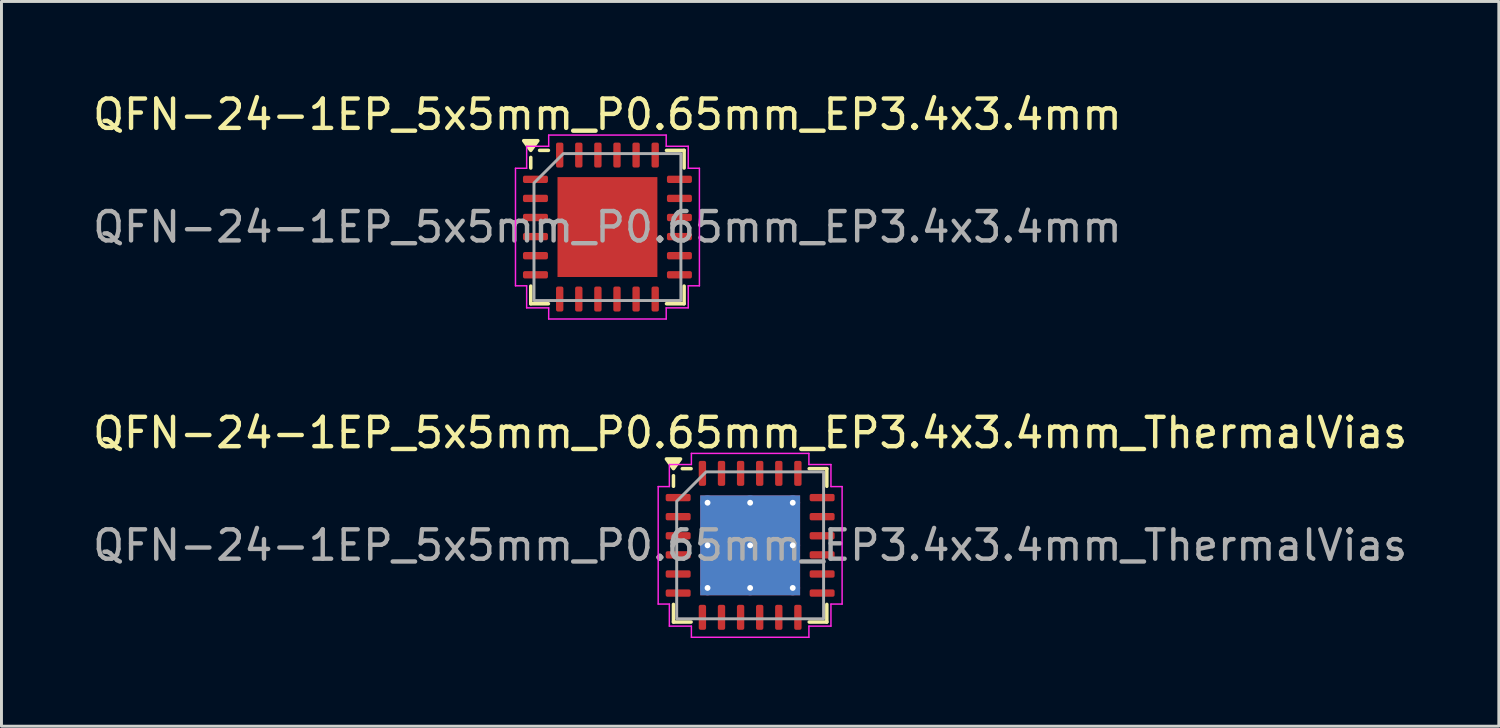
<source format=kicad_pcb>
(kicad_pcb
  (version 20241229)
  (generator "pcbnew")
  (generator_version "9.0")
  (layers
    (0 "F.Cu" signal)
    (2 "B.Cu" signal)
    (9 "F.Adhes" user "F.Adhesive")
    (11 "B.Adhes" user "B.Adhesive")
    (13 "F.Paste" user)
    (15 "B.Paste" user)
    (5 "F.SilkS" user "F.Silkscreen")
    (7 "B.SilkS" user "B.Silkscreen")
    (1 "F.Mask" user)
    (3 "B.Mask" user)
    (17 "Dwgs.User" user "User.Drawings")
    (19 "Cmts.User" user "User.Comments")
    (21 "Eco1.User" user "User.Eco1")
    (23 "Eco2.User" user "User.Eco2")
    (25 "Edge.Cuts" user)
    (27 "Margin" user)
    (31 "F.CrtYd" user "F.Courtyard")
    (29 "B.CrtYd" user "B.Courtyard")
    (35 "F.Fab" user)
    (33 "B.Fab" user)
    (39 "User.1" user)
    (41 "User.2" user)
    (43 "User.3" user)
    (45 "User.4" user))
  (footprint "QFN-24-1EP_5x5mm_P0.65mm_EP3.4x3.4mm"
    (layer "F.Cu")
    (at 17.625 4.678)
    (property "Reference" "QFN-24-1EP_5x5mm_P0.65mm_EP3.4x3.4mm" (at 0 -3.83 0) (layer "F.SilkS") (effects (font (size 1 1) (thickness 0.15))))
    (attr smd)
    (fp_line (start -2.61 -2.01) (end -2.61 -2.37) (stroke (width 0.12) (type solid)) (layer "F.SilkS"))
    (fp_line (start -2.61 2.61) (end -2.61 2.01) (stroke (width 0.12) (type solid)) (layer "F.SilkS"))
    (fp_line (start -2.01 -2.61) (end -2.31 -2.61) (stroke (width 0.12) (type solid)) (layer "F.SilkS"))
    (fp_line (start -2.01 2.61) (end -2.61 2.61) (stroke (width 0.12) (type solid)) (layer "F.SilkS"))
    (fp_line (start 2.01 -2.61) (end 2.61 -2.61) (stroke (width 0.12) (type solid)) (layer "F.SilkS"))
    (fp_line (start 2.01 2.61) (end 2.61 2.61) (stroke (width 0.12) (type solid)) (layer "F.SilkS"))
    (fp_line (start 2.61 -2.61) (end 2.61 -2.01) (stroke (width 0.12) (type solid)) (layer "F.SilkS"))
    (fp_line (start 2.61 2.61) (end 2.61 2.01) (stroke (width 0.12) (type solid)) (layer "F.SilkS"))
    (fp_poly (pts (xy -2.61 -2.61) (xy -2.85 -2.94) (xy -2.37 -2.94)) (stroke (width 0.12) (type solid)) (fill yes) (layer "F.SilkS"))
    (fp_line (start -3.13 -2) (end -2.75 -2) (stroke (width 0.05) (type solid)) (layer "F.CrtYd"))
    (fp_line (start -3.13 2) (end -3.13 -2) (stroke (width 0.05) (type solid)) (layer "F.CrtYd"))
    (fp_line (start -2.75 -2.75) (end -2 -2.75) (stroke (width 0.05) (type solid)) (layer "F.CrtYd"))
    (fp_line (start -2.75 -2) (end -2.75 -2.75) (stroke (width 0.05) (type solid)) (layer "F.CrtYd"))
    (fp_line (start -2.75 2) (end -3.13 2) (stroke (width 0.05) (type solid)) (layer "F.CrtYd"))
    (fp_line (start -2.75 2.75) (end -2.75 2) (stroke (width 0.05) (type solid)) (layer "F.CrtYd"))
    (fp_line (start -2 -3.13) (end 2 -3.13) (stroke (width 0.05) (type solid)) (layer "F.CrtYd"))
    (fp_line (start -2 -2.75) (end -2 -3.13) (stroke (width 0.05) (type solid)) (layer "F.CrtYd"))
    (fp_line (start -2 2.75) (end -2.75 2.75) (stroke (width 0.05) (type solid)) (layer "F.CrtYd"))
    (fp_line (start -2 3.13) (end -2 2.75) (stroke (width 0.05) (type solid)) (layer "F.CrtYd"))
    (fp_line (start 2 -3.13) (end 2 -2.75) (stroke (width 0.05) (type solid)) (layer "F.CrtYd"))
    (fp_line (start 2 -2.75) (end 2.75 -2.75) (stroke (width 0.05) (type solid)) (layer "F.CrtYd"))
    (fp_line (start 2 2.75) (end 2 3.13) (stroke (width 0.05) (type solid)) (layer "F.CrtYd"))
    (fp_line (start 2 3.13) (end -2 3.13) (stroke (width 0.05) (type solid)) (layer "F.CrtYd"))
    (fp_line (start 2.75 -2.75) (end 2.75 -2) (stroke (width 0.05) (type solid)) (layer "F.CrtYd"))
    (fp_line (start 2.75 -2) (end 3.13 -2) (stroke (width 0.05) (type solid)) (layer "F.CrtYd"))
    (fp_line (start 2.75 2) (end 2.75 2.75) (stroke (width 0.05) (type solid)) (layer "F.CrtYd"))
    (fp_line (start 2.75 2.75) (end 2 2.75) (stroke (width 0.05) (type solid)) (layer "F.CrtYd"))
    (fp_line (start 3.13 -2) (end 3.13 2) (stroke (width 0.05) (type solid)) (layer "F.CrtYd"))
    (fp_line (start 3.13 2) (end 2.75 2) (stroke (width 0.05) (type solid)) (layer "F.CrtYd"))
    (fp_poly (pts (xy -2.5 -1.5) (xy -2.5 2.5) (xy 2.5 2.5) (xy 2.5 -2.5) (xy -1.5 -2.5)) (stroke (width 0.1) (type solid)) (fill no) (layer "F.Fab"))
    (fp_text user "${REFERENCE}" (at 0 0 0) (layer "F.Fab") (effects (font (size 1 1) (thickness 0.15))))
    (pad "" smd roundrect (at -0.85 -0.85) (size 1.37 1.37) (layers "F.Paste") (roundrect_rratio 0.182))
    (pad "" smd roundrect (at -0.85 0.85) (size 1.37 1.37) (layers "F.Paste") (roundrect_rratio 0.182))
    (pad "" smd roundrect (at 0.85 -0.85) (size 1.37 1.37) (layers "F.Paste") (roundrect_rratio 0.182))
    (pad "" smd roundrect (at 0.85 0.85) (size 1.37 1.37) (layers "F.Paste") (roundrect_rratio 0.182))
    (pad "1" smd roundrect (at -2.45 -1.625) (size 0.85 0.25) (layers "F.Cu" "F.Mask" "F.Paste") (roundrect_rratio 0.25))
    (pad "2" smd roundrect (at -2.45 -0.975) (size 0.85 0.25) (layers "F.Cu" "F.Mask" "F.Paste") (roundrect_rratio 0.25))
    (pad "3" smd roundrect (at -2.45 -0.325) (size 0.85 0.25) (layers "F.Cu" "F.Mask" "F.Paste") (roundrect_rratio 0.25))
    (pad "4" smd roundrect (at -2.45 0.325) (size 0.85 0.25) (layers "F.Cu" "F.Mask" "F.Paste") (roundrect_rratio 0.25))
    (pad "5" smd roundrect (at -2.45 0.975) (size 0.85 0.25) (layers "F.Cu" "F.Mask" "F.Paste") (roundrect_rratio 0.25))
    (pad "6" smd roundrect (at -2.45 1.625) (size 0.85 0.25) (layers "F.Cu" "F.Mask" "F.Paste") (roundrect_rratio 0.25))
    (pad "7" smd roundrect (at -1.625 2.45) (size 0.25 0.85) (layers "F.Cu" "F.Mask" "F.Paste") (roundrect_rratio 0.25))
    (pad "8" smd roundrect (at -0.975 2.45) (size 0.25 0.85) (layers "F.Cu" "F.Mask" "F.Paste") (roundrect_rratio 0.25))
    (pad "9" smd roundrect (at -0.325 2.45) (size 0.25 0.85) (layers "F.Cu" "F.Mask" "F.Paste") (roundrect_rratio 0.25))
    (pad "10" smd roundrect (at 0.325 2.45) (size 0.25 0.85) (layers "F.Cu" "F.Mask" "F.Paste") (roundrect_rratio 0.25))
    (pad "11" smd roundrect (at 0.975 2.45) (size 0.25 0.85) (layers "F.Cu" "F.Mask" "F.Paste") (roundrect_rratio 0.25))
    (pad "12" smd roundrect (at 1.625 2.45) (size 0.25 0.85) (layers "F.Cu" "F.Mask" "F.Paste") (roundrect_rratio 0.25))
    (pad "13" smd roundrect (at 2.45 1.625) (size 0.85 0.25) (layers "F.Cu" "F.Mask" "F.Paste") (roundrect_rratio 0.25))
    (pad "14" smd roundrect (at 2.45 0.975) (size 0.85 0.25) (layers "F.Cu" "F.Mask" "F.Paste") (roundrect_rratio 0.25))
    (pad "15" smd roundrect (at 2.45 0.325) (size 0.85 0.25) (layers "F.Cu" "F.Mask" "F.Paste") (roundrect_rratio 0.25))
    (pad "16" smd roundrect (at 2.45 -0.325) (size 0.85 0.25) (layers "F.Cu" "F.Mask" "F.Paste") (roundrect_rratio 0.25))
    (pad "17" smd roundrect (at 2.45 -0.975) (size 0.85 0.25) (layers "F.Cu" "F.Mask" "F.Paste") (roundrect_rratio 0.25))
    (pad "18" smd roundrect (at 2.45 -1.625) (size 0.85 0.25) (layers "F.Cu" "F.Mask" "F.Paste") (roundrect_rratio 0.25))
    (pad "19" smd roundrect (at 1.625 -2.45) (size 0.25 0.85) (layers "F.Cu" "F.Mask" "F.Paste") (roundrect_rratio 0.25))
    (pad "20" smd roundrect (at 0.975 -2.45) (size 0.25 0.85) (layers "F.Cu" "F.Mask" "F.Paste") (roundrect_rratio 0.25))
    (pad "21" smd roundrect (at 0.325 -2.45) (size 0.25 0.85) (layers "F.Cu" "F.Mask" "F.Paste") (roundrect_rratio 0.25))
    (pad "22" smd roundrect (at -0.325 -2.45) (size 0.25 0.85) (layers "F.Cu" "F.Mask" "F.Paste") (roundrect_rratio 0.25))
    (pad "23" smd roundrect (at -0.975 -2.45) (size 0.25 0.85) (layers "F.Cu" "F.Mask" "F.Paste") (roundrect_rratio 0.25))
    (pad "24" smd roundrect (at -1.625 -2.45) (size 0.25 0.85) (layers "F.Cu" "F.Mask" "F.Paste") (roundrect_rratio 0.25))
    (pad "25" smd rect (at 0 0) (size 3.4 3.4) (property pad_prop_heatsink) (layers "F.Cu" "F.Mask")))
  (footprint "QFN-24-1EP_5x5mm_P0.65mm_EP3.4x3.4mm_ThermalVias"
    (layer "F.Cu")
    (at 22.482 15.511)
    (property "Reference" "QFN-24-1EP_5x5mm_P0.65mm_EP3.4x3.4mm_ThermalVias" (at 0 -3.83 0) (layer "F.SilkS") (effects (font (size 1 1) (thickness 0.15))))
    (attr smd)
    (fp_line (start -2.61 -2.01) (end -2.61 -2.37) (stroke (width 0.12) (type solid)) (layer "F.SilkS"))
    (fp_line (start -2.61 2.61) (end -2.61 2.01) (stroke (width 0.12) (type solid)) (layer "F.SilkS"))
    (fp_line (start -2.01 -2.61) (end -2.31 -2.61) (stroke (width 0.12) (type solid)) (layer "F.SilkS"))
    (fp_line (start -2.01 2.61) (end -2.61 2.61) (stroke (width 0.12) (type solid)) (layer "F.SilkS"))
    (fp_line (start 2.01 -2.61) (end 2.61 -2.61) (stroke (width 0.12) (type solid)) (layer "F.SilkS"))
    (fp_line (start 2.01 2.61) (end 2.61 2.61) (stroke (width 0.12) (type solid)) (layer "F.SilkS"))
    (fp_line (start 2.61 -2.61) (end 2.61 -2.01) (stroke (width 0.12) (type solid)) (layer "F.SilkS"))
    (fp_line (start 2.61 2.61) (end 2.61 2.01) (stroke (width 0.12) (type solid)) (layer "F.SilkS"))
    (fp_poly (pts (xy -2.61 -2.61) (xy -2.85 -2.94) (xy -2.37 -2.94)) (stroke (width 0.12) (type solid)) (fill yes) (layer "F.SilkS"))
    (fp_line (start -3.13 -2) (end -2.75 -2) (stroke (width 0.05) (type solid)) (layer "F.CrtYd"))
    (fp_line (start -3.13 2) (end -3.13 -2) (stroke (width 0.05) (type solid)) (layer "F.CrtYd"))
    (fp_line (start -2.75 -2.75) (end -2 -2.75) (stroke (width 0.05) (type solid)) (layer "F.CrtYd"))
    (fp_line (start -2.75 -2) (end -2.75 -2.75) (stroke (width 0.05) (type solid)) (layer "F.CrtYd"))
    (fp_line (start -2.75 2) (end -3.13 2) (stroke (width 0.05) (type solid)) (layer "F.CrtYd"))
    (fp_line (start -2.75 2.75) (end -2.75 2) (stroke (width 0.05) (type solid)) (layer "F.CrtYd"))
    (fp_line (start -2 -3.13) (end 2 -3.13) (stroke (width 0.05) (type solid)) (layer "F.CrtYd"))
    (fp_line (start -2 -2.75) (end -2 -3.13) (stroke (width 0.05) (type solid)) (layer "F.CrtYd"))
    (fp_line (start -2 2.75) (end -2.75 2.75) (stroke (width 0.05) (type solid)) (layer "F.CrtYd"))
    (fp_line (start -2 3.13) (end -2 2.75) (stroke (width 0.05) (type solid)) (layer "F.CrtYd"))
    (fp_line (start 2 -3.13) (end 2 -2.75) (stroke (width 0.05) (type solid)) (layer "F.CrtYd"))
    (fp_line (start 2 -2.75) (end 2.75 -2.75) (stroke (width 0.05) (type solid)) (layer "F.CrtYd"))
    (fp_line (start 2 2.75) (end 2 3.13) (stroke (width 0.05) (type solid)) (layer "F.CrtYd"))
    (fp_line (start 2 3.13) (end -2 3.13) (stroke (width 0.05) (type solid)) (layer "F.CrtYd"))
    (fp_line (start 2.75 -2.75) (end 2.75 -2) (stroke (width 0.05) (type solid)) (layer "F.CrtYd"))
    (fp_line (start 2.75 -2) (end 3.13 -2) (stroke (width 0.05) (type solid)) (layer "F.CrtYd"))
    (fp_line (start 2.75 2) (end 2.75 2.75) (stroke (width 0.05) (type solid)) (layer "F.CrtYd"))
    (fp_line (start 2.75 2.75) (end 2 2.75) (stroke (width 0.05) (type solid)) (layer "F.CrtYd"))
    (fp_line (start 3.13 -2) (end 3.13 2) (stroke (width 0.05) (type solid)) (layer "F.CrtYd"))
    (fp_line (start 3.13 2) (end 2.75 2) (stroke (width 0.05) (type solid)) (layer "F.CrtYd"))
    (fp_poly (pts (xy -2.5 -1.5) (xy -2.5 2.5) (xy 2.5 2.5) (xy 2.5 -2.5) (xy -1.5 -2.5)) (stroke (width 0.1) (type solid)) (fill no) (layer "F.Fab"))
    (fp_text user "${REFERENCE}" (at 0 0 0) (layer "F.Fab") (effects (font (size 1 1) (thickness 0.15))))
    (pad "" smd roundrect (at -0.85 -0.85) (size 1.47 1.47) (layers "F.Paste") (roundrect_rratio 0.17))
    (pad "" smd roundrect (at -0.85 0.85) (size 1.47 1.47) (layers "F.Paste") (roundrect_rratio 0.17))
    (pad "" smd roundrect (at 0.85 -0.85) (size 1.47 1.47) (layers "F.Paste") (roundrect_rratio 0.17))
    (pad "" smd roundrect (at 0.85 0.85) (size 1.47 1.47) (layers "F.Paste") (roundrect_rratio 0.17))
    (pad "1" smd roundrect (at -2.45 -1.625) (size 0.85 0.25) (layers "F.Cu" "F.Mask" "F.Paste") (roundrect_rratio 0.25))
    (pad "2" smd roundrect (at -2.45 -0.975) (size 0.85 0.25) (layers "F.Cu" "F.Mask" "F.Paste") (roundrect_rratio 0.25))
    (pad "3" smd roundrect (at -2.45 -0.325) (size 0.85 0.25) (layers "F.Cu" "F.Mask" "F.Paste") (roundrect_rratio 0.25))
    (pad "4" smd roundrect (at -2.45 0.325) (size 0.85 0.25) (layers "F.Cu" "F.Mask" "F.Paste") (roundrect_rratio 0.25))
    (pad "5" smd roundrect (at -2.45 0.975) (size 0.85 0.25) (layers "F.Cu" "F.Mask" "F.Paste") (roundrect_rratio 0.25))
    (pad "6" smd roundrect (at -2.45 1.625) (size 0.85 0.25) (layers "F.Cu" "F.Mask" "F.Paste") (roundrect_rratio 0.25))
    (pad "7" smd roundrect (at -1.625 2.45) (size 0.25 0.85) (layers "F.Cu" "F.Mask" "F.Paste") (roundrect_rratio 0.25))
    (pad "8" smd roundrect (at -0.975 2.45) (size 0.25 0.85) (layers "F.Cu" "F.Mask" "F.Paste") (roundrect_rratio 0.25))
    (pad "9" smd roundrect (at -0.325 2.45) (size 0.25 0.85) (layers "F.Cu" "F.Mask" "F.Paste") (roundrect_rratio 0.25))
    (pad "10" smd roundrect (at 0.325 2.45) (size 0.25 0.85) (layers "F.Cu" "F.Mask" "F.Paste") (roundrect_rratio 0.25))
    (pad "11" smd roundrect (at 0.975 2.45) (size 0.25 0.85) (layers "F.Cu" "F.Mask" "F.Paste") (roundrect_rratio 0.25))
    (pad "12" smd roundrect (at 1.625 2.45) (size 0.25 0.85) (layers "F.Cu" "F.Mask" "F.Paste") (roundrect_rratio 0.25))
    (pad "13" smd roundrect (at 2.45 1.625) (size 0.85 0.25) (layers "F.Cu" "F.Mask" "F.Paste") (roundrect_rratio 0.25))
    (pad "14" smd roundrect (at 2.45 0.975) (size 0.85 0.25) (layers "F.Cu" "F.Mask" "F.Paste") (roundrect_rratio 0.25))
    (pad "15" smd roundrect (at 2.45 0.325) (size 0.85 0.25) (layers "F.Cu" "F.Mask" "F.Paste") (roundrect_rratio 0.25))
    (pad "16" smd roundrect (at 2.45 -0.325) (size 0.85 0.25) (layers "F.Cu" "F.Mask" "F.Paste") (roundrect_rratio 0.25))
    (pad "17" smd roundrect (at 2.45 -0.975) (size 0.85 0.25) (layers "F.Cu" "F.Mask" "F.Paste") (roundrect_rratio 0.25))
    (pad "18" smd roundrect (at 2.45 -1.625) (size 0.85 0.25) (layers "F.Cu" "F.Mask" "F.Paste") (roundrect_rratio 0.25))
    (pad "19" smd roundrect (at 1.625 -2.45) (size 0.25 0.85) (layers "F.Cu" "F.Mask" "F.Paste") (roundrect_rratio 0.25))
    (pad "20" smd roundrect (at 0.975 -2.45) (size 0.25 0.85) (layers "F.Cu" "F.Mask" "F.Paste") (roundrect_rratio 0.25))
    (pad "21" smd roundrect (at 0.325 -2.45) (size 0.25 0.85) (layers "F.Cu" "F.Mask" "F.Paste") (roundrect_rratio 0.25))
    (pad "22" smd roundrect (at -0.325 -2.45) (size 0.25 0.85) (layers "F.Cu" "F.Mask" "F.Paste") (roundrect_rratio 0.25))
    (pad "23" smd roundrect (at -0.975 -2.45) (size 0.25 0.85) (layers "F.Cu" "F.Mask" "F.Paste") (roundrect_rratio 0.25))
    (pad "24" smd roundrect (at -1.625 -2.45) (size 0.25 0.85) (layers "F.Cu" "F.Mask" "F.Paste") (roundrect_rratio 0.25))
    (pad "25" thru_hole circle (at -1.45 -1.45) (size 0.5 0.5) (drill 0.2) (property pad_prop_heatsink) (layers "*.Cu"))
    (pad "25" thru_hole circle (at -1.45 0) (size 0.5 0.5) (drill 0.2) (property pad_prop_heatsink) (layers "*.Cu"))
    (pad "25" thru_hole circle (at -1.45 1.45) (size 0.5 0.5) (drill 0.2) (property pad_prop_heatsink) (layers "*.Cu"))
    (pad "25" thru_hole circle (at 0 -1.45) (size 0.5 0.5) (drill 0.2) (property pad_prop_heatsink) (layers "*.Cu"))
    (pad "25" thru_hole circle (at 0 0) (size 0.5 0.5) (drill 0.2) (property pad_prop_heatsink) (layers "*.Cu"))
    (pad "25" smd rect (at 0 0) (size 3.4 3.4) (property pad_prop_heatsink) (layers "F.Cu" "F.Mask"))
    (pad "25" smd rect (at 0 0) (size 3.4 3.4) (property pad_prop_heatsink) (layers "B.Cu"))
    (pad "25" thru_hole circle (at 0 1.45) (size 0.5 0.5) (drill 0.2) (property pad_prop_heatsink) (layers "*.Cu"))
    (pad "25" thru_hole circle (at 1.45 -1.45) (size 0.5 0.5) (drill 0.2) (property pad_prop_heatsink) (layers "*.Cu"))
    (pad "25" thru_hole circle (at 1.45 0) (size 0.5 0.5) (drill 0.2) (property pad_prop_heatsink) (layers "*.Cu"))
    (pad "25" thru_hole circle (at 1.45 1.45) (size 0.5 0.5) (drill 0.2) (property pad_prop_heatsink) (layers "*.Cu")))
  (gr_rect
    (start -3 -3)
    (end 47.964 21.666)
    (stroke (width 0.1) (type default))
    (fill no)
    (layer "Edge.Cuts")))
</source>
